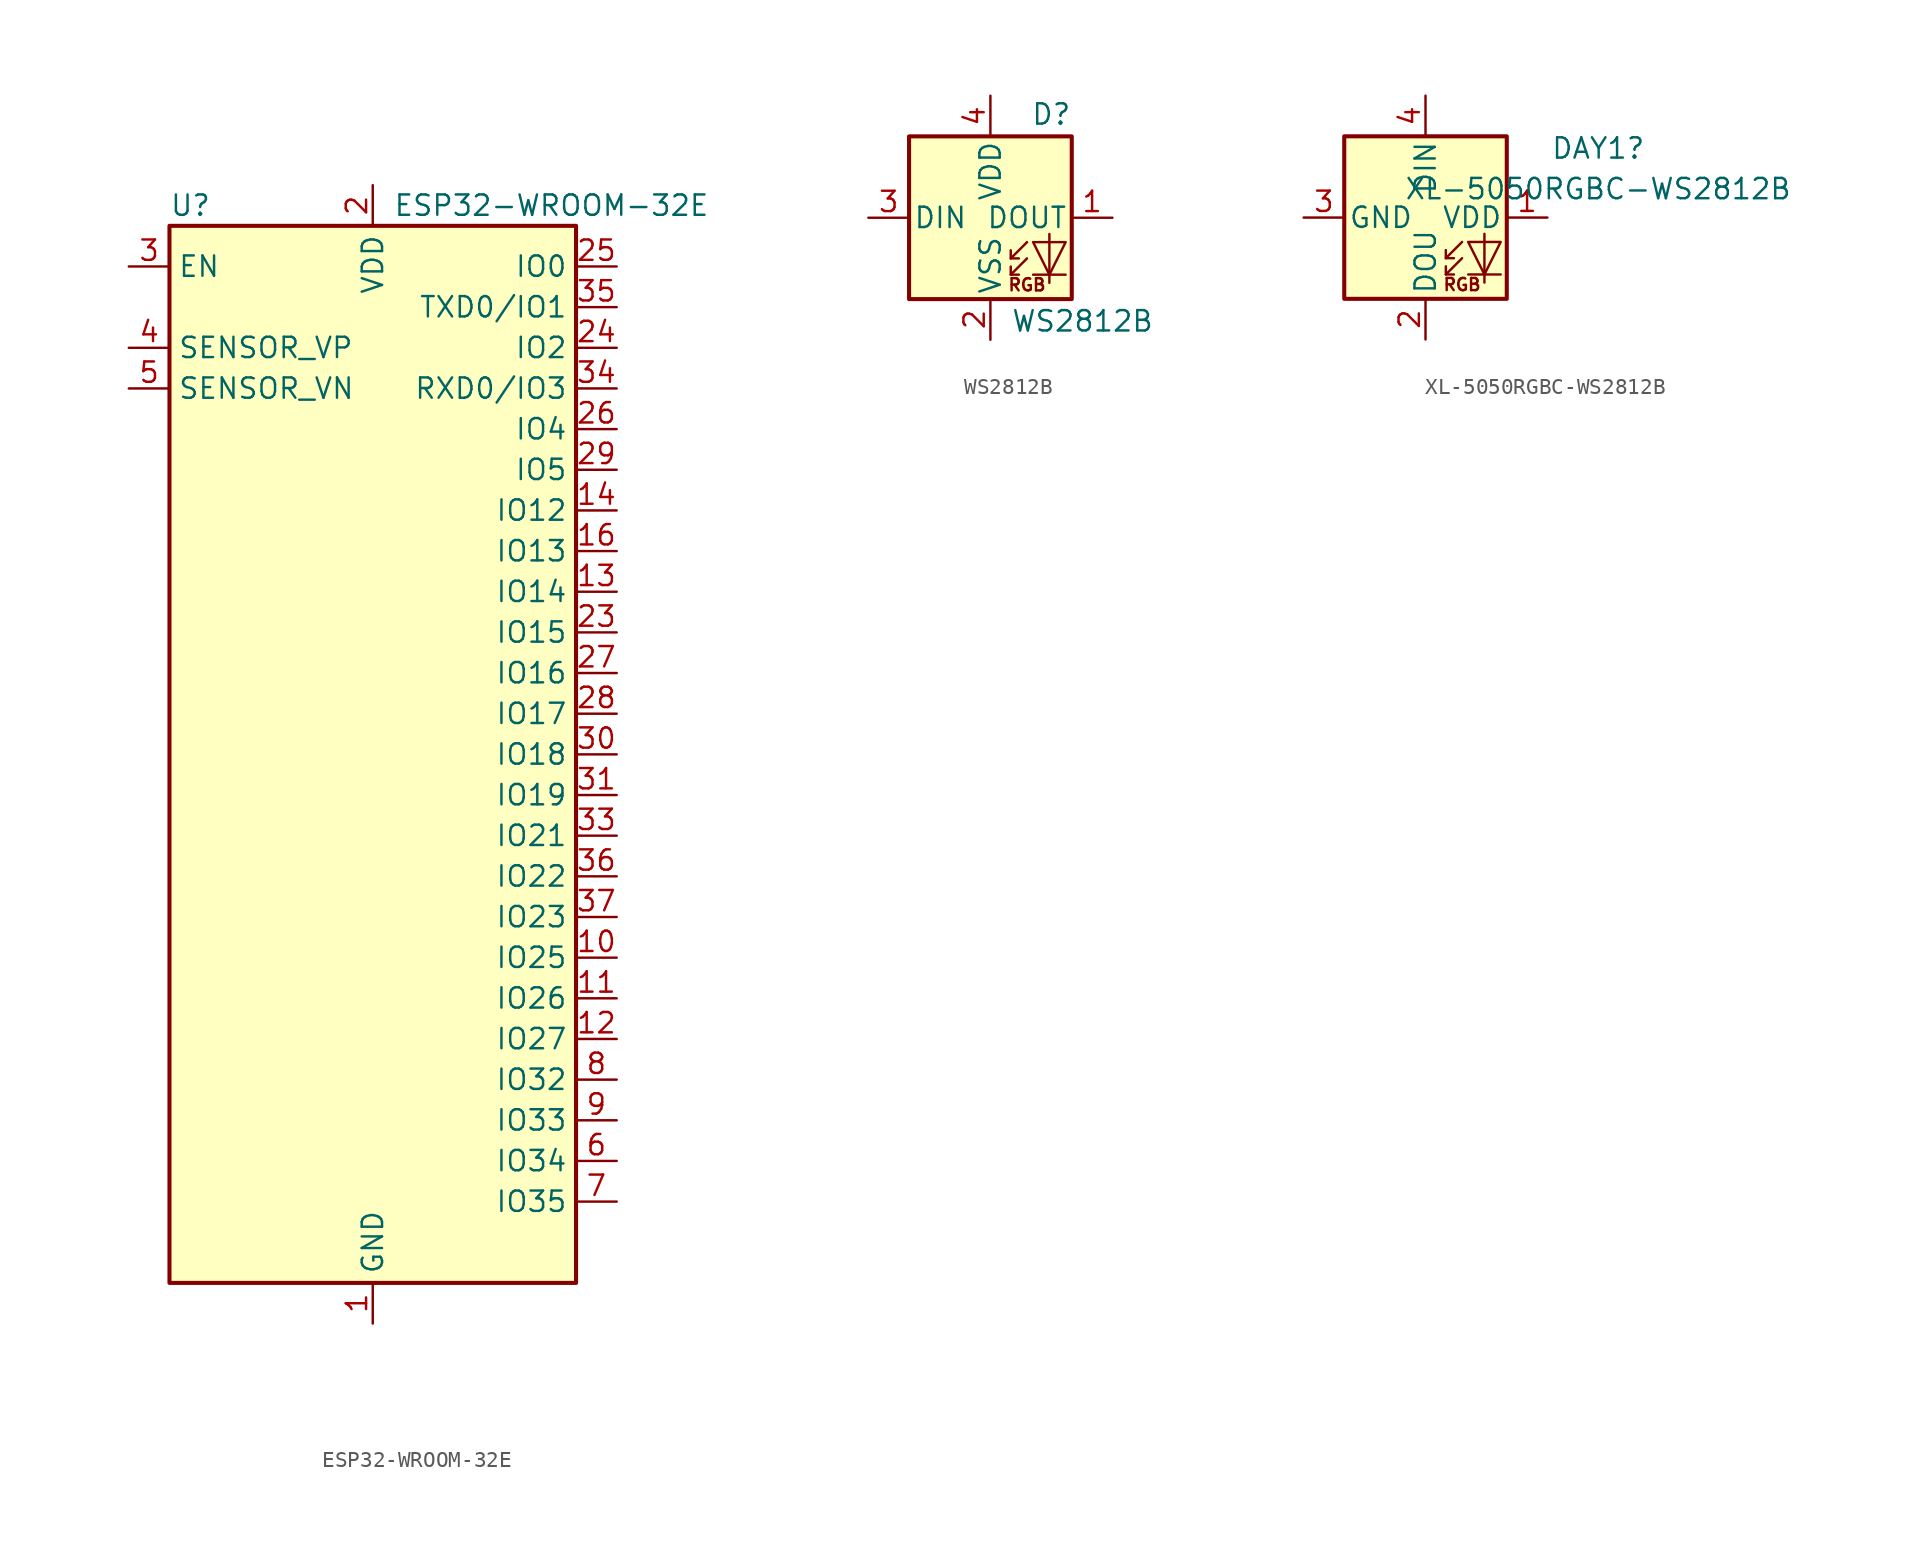
<source format=kicad_sym>
(kicad_symbol_lib
  (version 20211014)
  (generator kicad_symbol_editor)
  (symbol "ESP32-WROOM-32E"
    (property "Reference" "U"
      (at -12.7 34.29 0)
      (effects (font (size 1.27 1.27)) (justify left)))
    (property "Value" "ESP32-WROOM-32E"
      (at 1.27 34.29 0)
      (effects (font (size 1.27 1.27)) (justify left)))
    (symbol "ESP32-WROOM-32E_0_1"
      (rectangle (start -12.7 33.02) (end 12.7 -33.02) (stroke (width 0.254) (type default) (color 0 0 0 0)) (fill (type background))))
    (symbol "ESP32-WROOM-32E_1_1"
      (pin power_in line (at 0 -35.56 90) (length 2.54) (name "GND" (effects (font (size 1.27 1.27)))) (number "1" (effects (font (size 1.27 1.27)))))
      (pin bidirectional line (at 15.24 -12.7 180) (length 2.54) (name "IO25" (effects (font (size 1.27 1.27)))) (number "10" (effects (font (size 1.27 1.27)))))
      (pin bidirectional line (at 15.24 -15.24 180) (length 2.54) (name "IO26" (effects (font (size 1.27 1.27)))) (number "11" (effects (font (size 1.27 1.27)))))
      (pin bidirectional line (at 15.24 -17.78 180) (length 2.54) (name "IO27" (effects (font (size 1.27 1.27)))) (number "12" (effects (font (size 1.27 1.27)))))
      (pin bidirectional line (at 15.24 10.16 180) (length 2.54) (name "IO14" (effects (font (size 1.27 1.27)))) (number "13" (effects (font (size 1.27 1.27)))))
      (pin bidirectional line (at 15.24 15.24 180) (length 2.54) (name "IO12" (effects (font (size 1.27 1.27)))) (number "14" (effects (font (size 1.27 1.27)))))
      (pin passive line (at 0 -35.56 90) (length 2.54) hide (name "GND" (effects (font (size 1.27 1.27)))) (number "15" (effects (font (size 1.27 1.27)))))
      (pin bidirectional line (at 15.24 12.7 180) (length 2.54) (name "IO13" (effects (font (size 1.27 1.27)))) (number "16" (effects (font (size 1.27 1.27)))))
      (pin no_connect line (at -12.7 -17.78 0) (length 2.54) hide (name "NC" (effects (font (size 1.27 1.27)))) (number "17" (effects (font (size 1.27 1.27)))))
      (pin no_connect line (at -12.7 -20.32 0) (length 2.54) hide (name "NC" (effects (font (size 1.27 1.27)))) (number "18" (effects (font (size 1.27 1.27)))))
      (pin no_connect line (at -12.7 -25.4 0) (length 2.54) hide (name "NC" (effects (font (size 1.27 1.27)))) (number "19" (effects (font (size 1.27 1.27)))))
      (pin power_in line (at 0 35.56 270) (length 2.54) (name "VDD" (effects (font (size 1.27 1.27)))) (number "2" (effects (font (size 1.27 1.27)))))
      (pin no_connect line (at -12.7 -22.86 0) (length 2.54) hide (name "NC" (effects (font (size 1.27 1.27)))) (number "20" (effects (font (size 1.27 1.27)))))
      (pin no_connect line (at -12.7 -12.7 0) (length 2.54) hide (name "NC" (effects (font (size 1.27 1.27)))) (number "21" (effects (font (size 1.27 1.27)))))
      (pin no_connect line (at -12.7 -15.24 0) (length 2.54) hide (name "NC" (effects (font (size 1.27 1.27)))) (number "22" (effects (font (size 1.27 1.27)))))
      (pin bidirectional line (at 15.24 7.62 180) (length 2.54) (name "IO15" (effects (font (size 1.27 1.27)))) (number "23" (effects (font (size 1.27 1.27)))))
      (pin bidirectional line (at 15.24 25.4 180) (length 2.54) (name "IO2" (effects (font (size 1.27 1.27)))) (number "24" (effects (font (size 1.27 1.27)))))
      (pin bidirectional line (at 15.24 30.48 180) (length 2.54) (name "IO0" (effects (font (size 1.27 1.27)))) (number "25" (effects (font (size 1.27 1.27)))))
      (pin bidirectional line (at 15.24 20.32 180) (length 2.54) (name "IO4" (effects (font (size 1.27 1.27)))) (number "26" (effects (font (size 1.27 1.27)))))
      (pin bidirectional line (at 15.24 5.08 180) (length 2.54) (name "IO16" (effects (font (size 1.27 1.27)))) (number "27" (effects (font (size 1.27 1.27)))))
      (pin bidirectional line (at 15.24 2.54 180) (length 2.54) (name "IO17" (effects (font (size 1.27 1.27)))) (number "28" (effects (font (size 1.27 1.27)))))
      (pin bidirectional line (at 15.24 17.78 180) (length 2.54) (name "IO5" (effects (font (size 1.27 1.27)))) (number "29" (effects (font (size 1.27 1.27)))))
      (pin input line (at -15.24 30.48 0) (length 2.54) (name "EN" (effects (font (size 1.27 1.27)))) (number "3" (effects (font (size 1.27 1.27)))))
      (pin bidirectional line (at 15.24 0 180) (length 2.54) (name "IO18" (effects (font (size 1.27 1.27)))) (number "30" (effects (font (size 1.27 1.27)))))
      (pin bidirectional line (at 15.24 -2.54 180) (length 2.54) (name "IO19" (effects (font (size 1.27 1.27)))) (number "31" (effects (font (size 1.27 1.27)))))
      (pin no_connect line (at -12.7 -27.94 0) (length 2.54) hide (name "NC" (effects (font (size 1.27 1.27)))) (number "32" (effects (font (size 1.27 1.27)))))
      (pin bidirectional line (at 15.24 -5.08 180) (length 2.54) (name "IO21" (effects (font (size 1.27 1.27)))) (number "33" (effects (font (size 1.27 1.27)))))
      (pin bidirectional line (at 15.24 22.86 180) (length 2.54) (name "RXD0/IO3" (effects (font (size 1.27 1.27)))) (number "34" (effects (font (size 1.27 1.27)))))
      (pin bidirectional line (at 15.24 27.94 180) (length 2.54) (name "TXD0/IO1" (effects (font (size 1.27 1.27)))) (number "35" (effects (font (size 1.27 1.27)))))
      (pin bidirectional line (at 15.24 -7.62 180) (length 2.54) (name "IO22" (effects (font (size 1.27 1.27)))) (number "36" (effects (font (size 1.27 1.27)))))
      (pin bidirectional line (at 15.24 -10.16 180) (length 2.54) (name "IO23" (effects (font (size 1.27 1.27)))) (number "37" (effects (font (size 1.27 1.27)))))
      (pin passive line (at 0 -35.56 90) (length 2.54) hide (name "GND" (effects (font (size 1.27 1.27)))) (number "38" (effects (font (size 1.27 1.27)))))
      (pin passive line (at 0 -35.56 90) (length 2.54) hide (name "GND" (effects (font (size 1.27 1.27)))) (number "39" (effects (font (size 1.27 1.27)))))
      (pin input line (at -15.24 25.4 0) (length 2.54) (name "SENSOR_VP" (effects (font (size 1.27 1.27)))) (number "4" (effects (font (size 1.27 1.27)))))
      (pin input line (at -15.24 22.86 0) (length 2.54) (name "SENSOR_VN" (effects (font (size 1.27 1.27)))) (number "5" (effects (font (size 1.27 1.27)))))
      (pin input line (at 15.24 -25.4 180) (length 2.54) (name "IO34" (effects (font (size 1.27 1.27)))) (number "6" (effects (font (size 1.27 1.27)))))
      (pin input line (at 15.24 -27.94 180) (length 2.54) (name "IO35" (effects (font (size 1.27 1.27)))) (number "7" (effects (font (size 1.27 1.27)))))
      (pin bidirectional line (at 15.24 -20.32 180) (length 2.54) (name "IO32" (effects (font (size 1.27 1.27)))) (number "8" (effects (font (size 1.27 1.27)))))
      (pin bidirectional line (at 15.24 -22.86 180) (length 2.54) (name "IO33" (effects (font (size 1.27 1.27)))) (number "9" (effects (font (size 1.27 1.27)))))))
  (symbol "WS2812B"
    (pin_names
      (offset 0.254))
    (property "Reference" "D"
      (at 5.08 5.715 0)
      (effects (font (size 1.27 1.27)) (justify right bottom)))
    (property "Value" "WS2812B"
      (at 1.27 -5.715 0)
      (effects (font (size 1.27 1.27)) (justify left top)))
    (symbol "WS2812B_0_0"
      (text "RGB" (at 2.286 -4.191 0) (effects (font (size 0.762 0.762)))))
    (symbol "WS2812B_0_1"
      (polyline (pts (xy 1.27 -3.556) (xy 1.778 -3.556)) (stroke (width 0) (type default) (color 0 0 0 0)) (fill (type none)))
      (polyline (pts (xy 1.27 -2.54) (xy 1.778 -2.54)) (stroke (width 0) (type default) (color 0 0 0 0)) (fill (type none)))
      (polyline (pts (xy 4.699 -3.556) (xy 2.667 -3.556)) (stroke (width 0) (type default) (color 0 0 0 0)) (fill (type none)))
      (polyline (pts (xy 2.286 -2.54) (xy 1.27 -3.556) (xy 1.27 -3.048)) (stroke (width 0) (type default) (color 0 0 0 0)) (fill (type none)))
      (polyline (pts (xy 2.286 -1.524) (xy 1.27 -2.54) (xy 1.27 -2.032)) (stroke (width 0) (type default) (color 0 0 0 0)) (fill (type none)))
      (polyline (pts (xy 3.683 -1.016) (xy 3.683 -3.556) (xy 3.683 -4.064)) (stroke (width 0) (type default) (color 0 0 0 0)) (fill (type none)))
      (polyline (pts (xy 4.699 -1.524) (xy 2.667 -1.524) (xy 3.683 -3.556) (xy 4.699 -1.524)) (stroke (width 0) (type default) (color 0 0 0 0)) (fill (type none)))
      (rectangle (start 5.08 5.08) (end -5.08 -5.08) (stroke (width 0.254) (type default) (color 0 0 0 0)) (fill (type background))))
    (symbol "WS2812B_1_1"
      (pin output line (at 7.62 0 180) (length 2.54) (name "DOUT" (effects (font (size 1.27 1.27)))) (number "1" (effects (font (size 1.27 1.27)))))
      (pin power_in line (at 0 -7.62 90) (length 2.54) (name "VSS" (effects (font (size 1.27 1.27)))) (number "2" (effects (font (size 1.27 1.27)))))
      (pin input line (at -7.62 0 0) (length 2.54) (name "DIN" (effects (font (size 1.27 1.27)))) (number "3" (effects (font (size 1.27 1.27)))))
      (pin power_in line (at 0 7.62 270) (length 2.54) (name "VDD" (effects (font (size 1.27 1.27)))) (number "4" (effects (font (size 1.27 1.27)))))))
  (symbol "XL-5050RGBC-WS2812B"
    (pin_names
      (offset 0.254))
    (property "Reference" "DAY1"
      (at 10.795 4.331 0)
      (effects (font (size 1.27 1.27))))
    (property "Value" "XL-5050RGBC-WS2812B"
      (at 10.795 1.791 0)
      (effects (font (size 1.27 1.27))))
    (symbol "XL-5050RGBC-WS2812B_0_0"
      (text "RGB" (at 2.286 -4.191 0) (effects (font (size 0.762 0.762)))))
    (symbol "XL-5050RGBC-WS2812B_0_1"
      (polyline (pts (xy 1.27 -3.556) (xy 1.778 -3.556)) (stroke (width 0) (type default) (color 0 0 0 0)) (fill (type none)))
      (polyline (pts (xy 1.27 -2.54) (xy 1.778 -2.54)) (stroke (width 0) (type default) (color 0 0 0 0)) (fill (type none)))
      (polyline (pts (xy 4.699 -3.556) (xy 2.667 -3.556)) (stroke (width 0) (type default) (color 0 0 0 0)) (fill (type none)))
      (polyline (pts (xy 2.286 -2.54) (xy 1.27 -3.556) (xy 1.27 -3.048)) (stroke (width 0) (type default) (color 0 0 0 0)) (fill (type none)))
      (polyline (pts (xy 2.286 -1.524) (xy 1.27 -2.54) (xy 1.27 -2.032)) (stroke (width 0) (type default) (color 0 0 0 0)) (fill (type none)))
      (polyline (pts (xy 3.683 -1.016) (xy 3.683 -3.556) (xy 3.683 -4.064)) (stroke (width 0) (type default) (color 0 0 0 0)) (fill (type none)))
      (polyline (pts (xy 4.699 -1.524) (xy 2.667 -1.524) (xy 3.683 -3.556) (xy 4.699 -1.524)) (stroke (width 0) (type default) (color 0 0 0 0)) (fill (type none)))
      (rectangle (start 5.08 5.08) (end -5.08 -5.08) (stroke (width 0.254) (type default) (color 0 0 0 0)) (fill (type background))))
    (symbol "XL-5050RGBC-WS2812B_1_1"
      (pin power_in line (at 7.62 0 180) (length 2.54) (name "VDD" (effects (font (size 1.27 1.27)))) (number "1" (effects (font (size 1.27 1.27)))))
      (pin output line (at 0 -7.62 90) (length 2.54) (name "DOU" (effects (font (size 1.27 1.27)))) (number "2" (effects (font (size 1.27 1.27)))))
      (pin power_in line (at -7.62 0 0) (length 2.54) (name "GND" (effects (font (size 1.27 1.27)))) (number "3" (effects (font (size 1.27 1.27)))))
      (pin input line (at 0 7.62 270) (length 2.54) (name "DIN" (effects (font (size 1.27 1.27)))) (number "4" (effects (font (size 1.27 1.27))))))))
</source>
